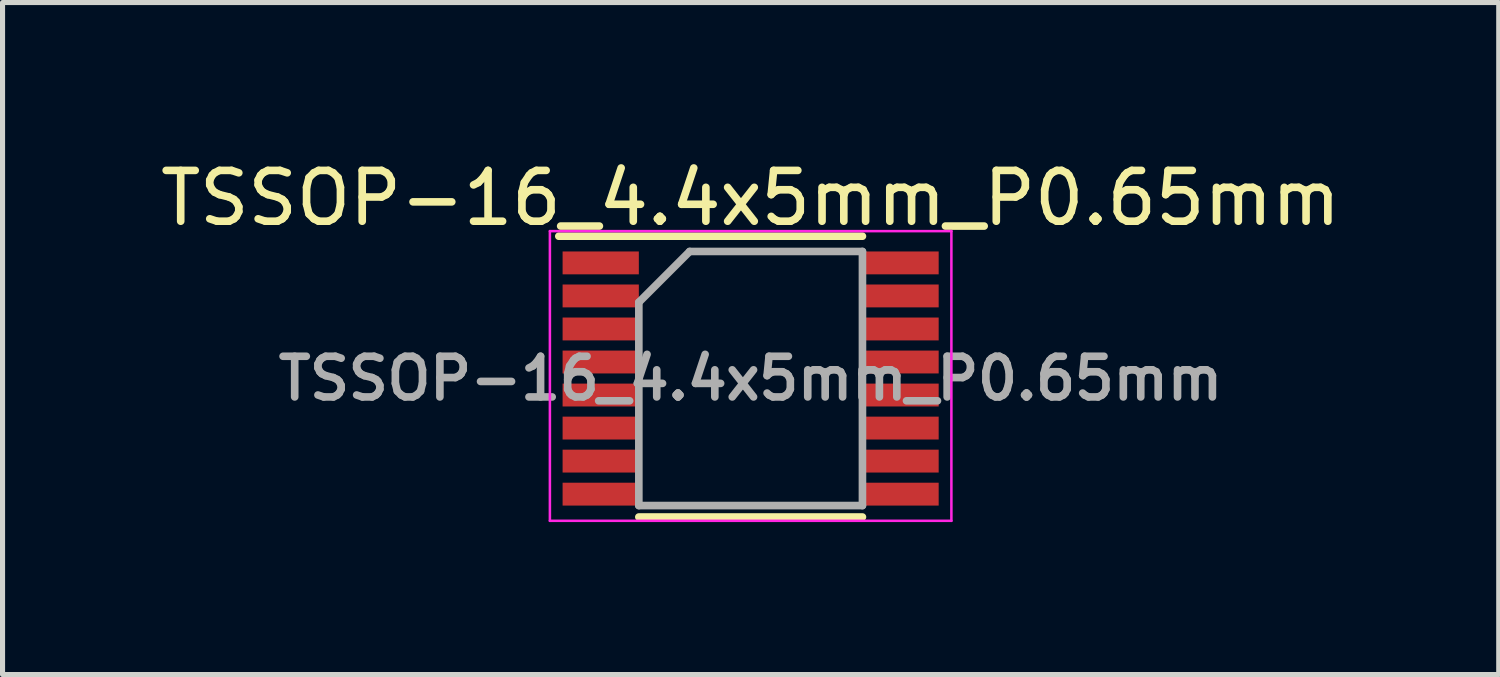
<source format=kicad_pcb>
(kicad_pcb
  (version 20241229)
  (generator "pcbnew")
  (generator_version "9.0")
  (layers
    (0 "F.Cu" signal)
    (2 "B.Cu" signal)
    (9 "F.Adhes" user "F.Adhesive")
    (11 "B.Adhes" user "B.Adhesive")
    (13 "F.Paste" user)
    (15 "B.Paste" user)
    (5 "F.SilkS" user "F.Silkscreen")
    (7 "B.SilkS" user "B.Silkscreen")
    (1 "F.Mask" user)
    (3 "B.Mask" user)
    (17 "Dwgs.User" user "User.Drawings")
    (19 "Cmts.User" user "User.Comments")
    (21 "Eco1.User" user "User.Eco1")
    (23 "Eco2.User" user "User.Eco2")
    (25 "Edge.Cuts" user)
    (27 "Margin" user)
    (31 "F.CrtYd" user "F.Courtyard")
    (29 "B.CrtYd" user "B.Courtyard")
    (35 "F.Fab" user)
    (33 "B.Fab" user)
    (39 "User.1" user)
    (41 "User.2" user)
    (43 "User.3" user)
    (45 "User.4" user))
  (footprint "TSSOP-16_4.4x5mm_P0.65mm"
    (layer "F.Cu")
    (at 11.72 4.398)
    (property "Reference" "TSSOP-16_4.4x5mm_P0.65mm" (at 0 -3.55 0) (layer "F.SilkS") (effects (font (size 1 1) (thickness 0.15))))
    (attr smd)
    (fp_line (start -3.775 -2.8) (end 2.2 -2.8) (stroke (width 0.15) (type solid)) (layer "F.SilkS"))
    (fp_line (start -2.2 2.725) (end 2.2 2.725) (stroke (width 0.15) (type solid)) (layer "F.SilkS"))
    (fp_line (start -3.95 -2.9) (end -3.95 2.8) (stroke (width 0.05) (type solid)) (layer "F.CrtYd"))
    (fp_line (start -3.95 -2.9) (end 3.95 -2.9) (stroke (width 0.05) (type solid)) (layer "F.CrtYd"))
    (fp_line (start -3.95 2.8) (end 3.95 2.8) (stroke (width 0.05) (type solid)) (layer "F.CrtYd"))
    (fp_line (start 3.95 -2.9) (end 3.95 2.8) (stroke (width 0.05) (type solid)) (layer "F.CrtYd"))
    (fp_line (start -2.2 -1.5) (end -1.2 -2.5) (stroke (width 0.15) (type solid)) (layer "F.Fab"))
    (fp_line (start -2.2 2.5) (end -2.2 -1.5) (stroke (width 0.15) (type solid)) (layer "F.Fab"))
    (fp_line (start -1.2 -2.5) (end 2.2 -2.5) (stroke (width 0.15) (type solid)) (layer "F.Fab"))
    (fp_line (start 2.2 -2.5) (end 2.2 2.5) (stroke (width 0.15) (type solid)) (layer "F.Fab"))
    (fp_line (start 2.2 2.5) (end -2.2 2.5) (stroke (width 0.15) (type solid)) (layer "F.Fab"))
    (fp_text user "${REFERENCE}" (at 0 0 0) (layer "F.Fab") (effects (font (size 0.8 0.8) (thickness 0.15))))
    (pad "1" smd rect (at -2.95 -2.275) (size 1.5 0.45) (layers "F.Cu" "F.Mask" "F.Paste"))
    (pad "2" smd rect (at -2.95 -1.625) (size 1.5 0.45) (layers "F.Cu" "F.Mask" "F.Paste"))
    (pad "3" smd rect (at -2.95 -0.975) (size 1.5 0.45) (layers "F.Cu" "F.Mask" "F.Paste"))
    (pad "4" smd rect (at -2.95 -0.325) (size 1.5 0.45) (layers "F.Cu" "F.Mask" "F.Paste"))
    (pad "5" smd rect (at -2.95 0.325) (size 1.5 0.45) (layers "F.Cu" "F.Mask" "F.Paste"))
    (pad "6" smd rect (at -2.95 0.975) (size 1.5 0.45) (layers "F.Cu" "F.Mask" "F.Paste"))
    (pad "7" smd rect (at -2.95 1.625) (size 1.5 0.45) (layers "F.Cu" "F.Mask" "F.Paste"))
    (pad "8" smd rect (at -2.95 2.275) (size 1.5 0.45) (layers "F.Cu" "F.Mask" "F.Paste"))
    (pad "9" smd rect (at 2.95 2.275) (size 1.5 0.45) (layers "F.Cu" "F.Mask" "F.Paste"))
    (pad "10" smd rect (at 2.95 1.625) (size 1.5 0.45) (layers "F.Cu" "F.Mask" "F.Paste"))
    (pad "11" smd rect (at 2.95 0.975) (size 1.5 0.45) (layers "F.Cu" "F.Mask" "F.Paste"))
    (pad "12" smd rect (at 2.95 0.325) (size 1.5 0.45) (layers "F.Cu" "F.Mask" "F.Paste"))
    (pad "13" smd rect (at 2.95 -0.325) (size 1.5 0.45) (layers "F.Cu" "F.Mask" "F.Paste"))
    (pad "14" smd rect (at 2.95 -0.975) (size 1.5 0.45) (layers "F.Cu" "F.Mask" "F.Paste"))
    (pad "15" smd rect (at 2.95 -1.625) (size 1.5 0.45) (layers "F.Cu" "F.Mask" "F.Paste"))
    (pad "16" smd rect (at 2.95 -2.275) (size 1.5 0.45) (layers "F.Cu" "F.Mask" "F.Paste")))
  (gr_rect
    (start -3 -3)
    (end 26.44 10.223)
    (stroke (width 0.1) (type default))
    (fill no)
    (layer "Edge.Cuts")))
</source>
